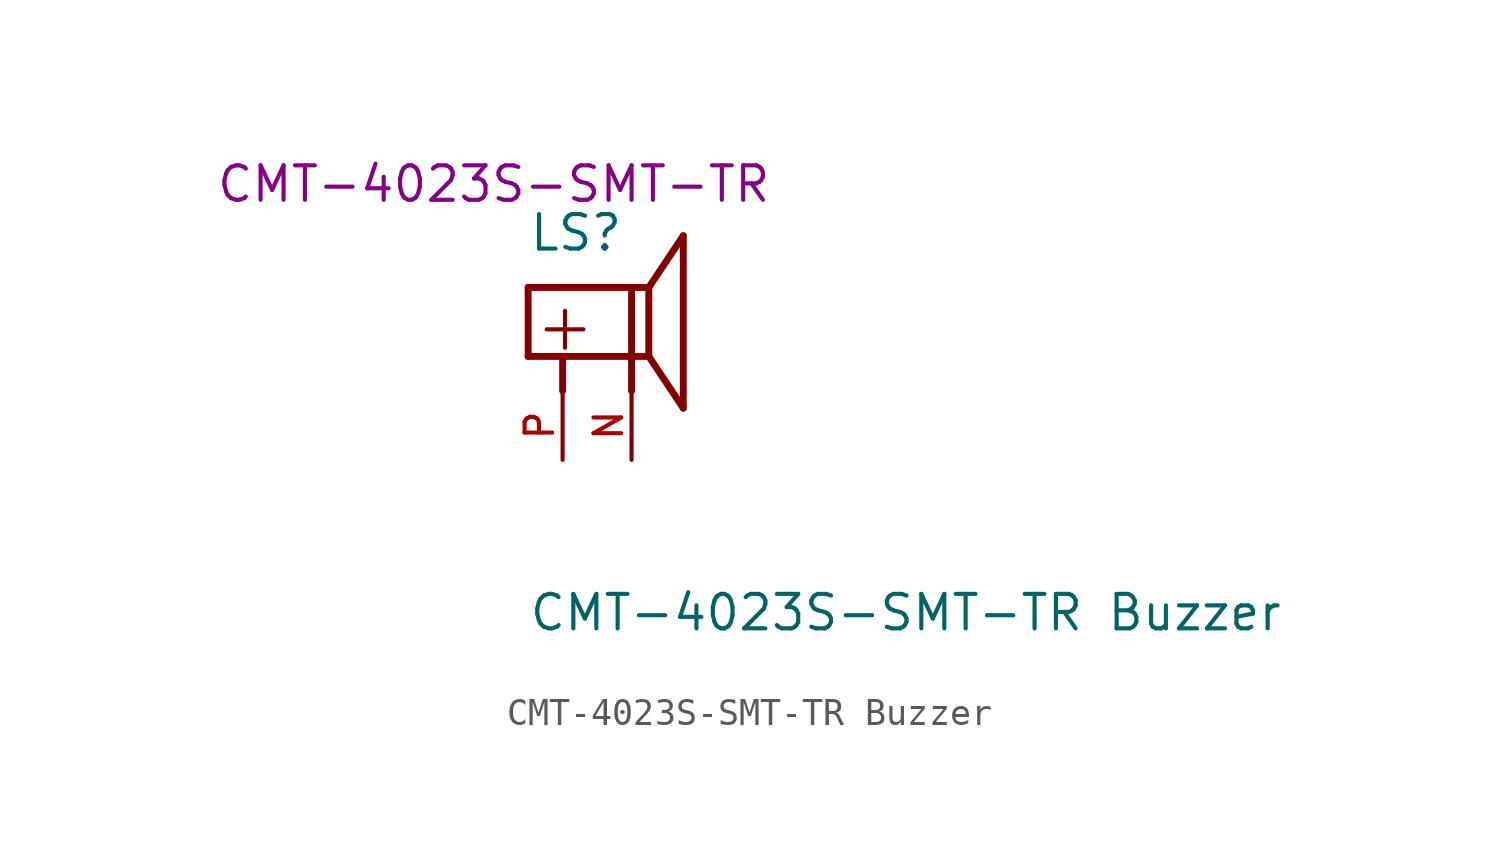
<source format=kicad_sym>
(kicad_symbol_lib
  (version 20241209)
  (generator "kicad_symbol_editor")
  (generator_version "9.0")
  (symbol "CMT-4023S-SMT-TR Buzzer"
    (pin_names
      (offset 1.016))
    (property "Reference" "LS"
      (at 1.27 -2.54 0)
      (effects (font (size 1.27 1.27)) (justify left bottom)))
    (property "Value" "CMT-4023S-SMT-TR Buzzer"
      (at 1.262 -16.533 0)
      (effects (font (size 1.27 1.27)) (justify left bottom)))
    (property "PartNumber" "CMT-4023S-SMT-TR"
      (at 0 0 0)
      (effects (font (size 1.27 1.27))))
    (symbol "CMT-4023S-SMT-TR Buzzer_0_0"
      (polyline (pts (xy 1.27 -3.81) (xy 5.08 -3.81)) (stroke (width 0.254) (type default)) (fill (type none)))
      (polyline (pts (xy 1.27 -6.35) (xy 1.27 -3.81)) (stroke (width 0.254) (type default)) (fill (type none)))
      (polyline (pts (xy 2.54 -7.62) (xy 2.54 -6.35)) (stroke (width 0.254) (type default)) (fill (type none)))
      (polyline (pts (xy 5.08 -3.81) (xy 5.08 -6.35)) (stroke (width 0.254) (type default)) (fill (type none)))
      (polyline (pts (xy 5.08 -3.81) (xy 5.715 -3.81)) (stroke (width 0.254) (type default)) (fill (type none)))
      (polyline (pts (xy 5.08 -6.35) (xy 1.27 -6.35)) (stroke (width 0.254) (type default)) (fill (type none)))
      (polyline (pts (xy 5.08 -6.35) (xy 5.08 -7.62)) (stroke (width 0.254) (type default)) (fill (type none)))
      (polyline (pts (xy 5.715 -3.81) (xy 5.715 -6.35)) (stroke (width 0.254) (type default)) (fill (type none)))
      (polyline (pts (xy 5.715 -3.81) (xy 6.985 -1.905)) (stroke (width 0.254) (type default)) (fill (type none)))
      (polyline (pts (xy 5.715 -6.35) (xy 5.08 -6.35)) (stroke (width 0.254) (type default)) (fill (type none)))
      (polyline (pts (xy 6.985 -1.905) (xy 6.985 -8.255)) (stroke (width 0.254) (type default)) (fill (type none)))
      (polyline (pts (xy 6.985 -8.255) (xy 5.715 -6.35)) (stroke (width 0.254) (type default)) (fill (type none)))
      (text "+" (at 1.426 -6.257 0) (effects (font (size 1.782 1.782)) (justify left bottom)))
      (pin passive line (at 2.54 -10.16 90) (length 2.54) (name "~" (effects (font (size 1.016 1.016)))) (number "P" (effects (font (size 1.016 1.016)))))
      (pin passive line (at 5.08 -10.16 90) (length 2.54) (name "~" (effects (font (size 1.016 1.016)))) (number "N" (effects (font (size 1.016 1.016))))))))
</source>
